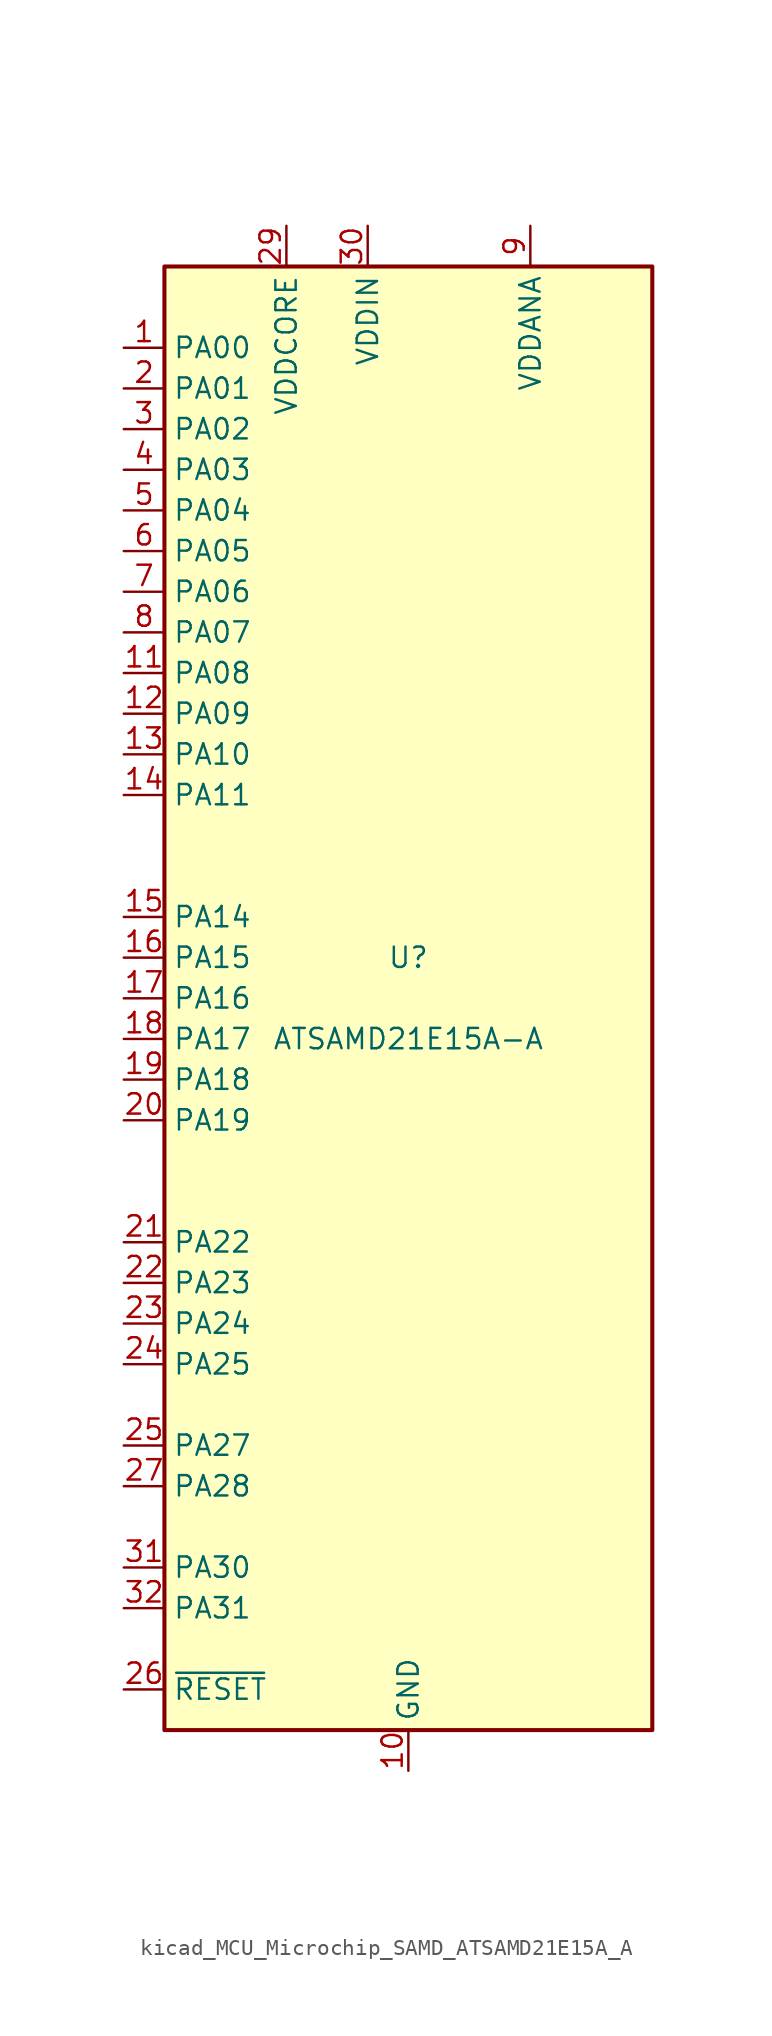
<source format=kicad_sym>
(kicad_symbol_lib
  (version 20220914)
  (generator kicad_symbol_editor)
  (symbol "kicad_MCU_Microchip_SAMD_ATSAMD21E15A_A"
    (property "Reference" "U"
      (at 0 2.54 0)
      (effects (font (size 1.27 1.27))))
    (property "Value" "ATSAMD21E15A-A"
      (at 0 -2.54 0)
      (effects (font (size 1.27 1.27))))
    (symbol "kicad_MCU_Microchip_SAMD_ATSAMD21E15A_A_1_1"
      (rectangle (start -15.24 45.72) (end 15.24 -45.72) (stroke (width 0.254) (type default)) (fill (type background)))
      (pin bidirectional line (at -17.78 40.64 0) (length 2.54) (name "PA00" (effects (font (size 1.27 1.27)))) (number "1" (effects (font (size 1.27 1.27)))))
      (pin power_in line (at 0 -48.26 90) (length 2.54) (name "GND" (effects (font (size 1.27 1.27)))) (number "10" (effects (font (size 1.27 1.27)))))
      (pin bidirectional line (at -17.78 20.32 0) (length 2.54) (name "PA08" (effects (font (size 1.27 1.27)))) (number "11" (effects (font (size 1.27 1.27)))))
      (pin bidirectional line (at -17.78 17.78 0) (length 2.54) (name "PA09" (effects (font (size 1.27 1.27)))) (number "12" (effects (font (size 1.27 1.27)))))
      (pin bidirectional line (at -17.78 15.24 0) (length 2.54) (name "PA10" (effects (font (size 1.27 1.27)))) (number "13" (effects (font (size 1.27 1.27)))))
      (pin bidirectional line (at -17.78 12.7 0) (length 2.54) (name "PA11" (effects (font (size 1.27 1.27)))) (number "14" (effects (font (size 1.27 1.27)))))
      (pin bidirectional line (at -17.78 5.08 0) (length 2.54) (name "PA14" (effects (font (size 1.27 1.27)))) (number "15" (effects (font (size 1.27 1.27)))))
      (pin bidirectional line (at -17.78 2.54 0) (length 2.54) (name "PA15" (effects (font (size 1.27 1.27)))) (number "16" (effects (font (size 1.27 1.27)))))
      (pin bidirectional line (at -17.78 0 0) (length 2.54) (name "PA16" (effects (font (size 1.27 1.27)))) (number "17" (effects (font (size 1.27 1.27)))))
      (pin bidirectional line (at -17.78 -2.54 0) (length 2.54) (name "PA17" (effects (font (size 1.27 1.27)))) (number "18" (effects (font (size 1.27 1.27)))))
      (pin bidirectional line (at -17.78 -5.08 0) (length 2.54) (name "PA18" (effects (font (size 1.27 1.27)))) (number "19" (effects (font (size 1.27 1.27)))))
      (pin bidirectional line (at -17.78 38.1 0) (length 2.54) (name "PA01" (effects (font (size 1.27 1.27)))) (number "2" (effects (font (size 1.27 1.27)))))
      (pin bidirectional line (at -17.78 -7.62 0) (length 2.54) (name "PA19" (effects (font (size 1.27 1.27)))) (number "20" (effects (font (size 1.27 1.27)))))
      (pin bidirectional line (at -17.78 -15.24 0) (length 2.54) (name "PA22" (effects (font (size 1.27 1.27)))) (number "21" (effects (font (size 1.27 1.27)))))
      (pin bidirectional line (at -17.78 -17.78 0) (length 2.54) (name "PA23" (effects (font (size 1.27 1.27)))) (number "22" (effects (font (size 1.27 1.27)))))
      (pin bidirectional line (at -17.78 -20.32 0) (length 2.54) (name "PA24" (effects (font (size 1.27 1.27)))) (number "23" (effects (font (size 1.27 1.27)))))
      (pin bidirectional line (at -17.78 -22.86 0) (length 2.54) (name "PA25" (effects (font (size 1.27 1.27)))) (number "24" (effects (font (size 1.27 1.27)))))
      (pin bidirectional line (at -17.78 -27.94 0) (length 2.54) (name "PA27" (effects (font (size 1.27 1.27)))) (number "25" (effects (font (size 1.27 1.27)))))
      (pin input line (at -17.78 -43.18 0) (length 2.54) (name "~{RESET}" (effects (font (size 1.27 1.27)))) (number "26" (effects (font (size 1.27 1.27)))))
      (pin bidirectional line (at -17.78 -30.48 0) (length 2.54) (name "PA28" (effects (font (size 1.27 1.27)))) (number "27" (effects (font (size 1.27 1.27)))))
      (pin passive line (at 0 -48.26 90) (length 2.54) hide (name "GND" (effects (font (size 1.27 1.27)))) (number "28" (effects (font (size 1.27 1.27)))))
      (pin power_out line (at -7.62 48.26 270) (length 2.54) (name "VDDCORE" (effects (font (size 1.27 1.27)))) (number "29" (effects (font (size 1.27 1.27)))))
      (pin bidirectional line (at -17.78 35.56 0) (length 2.54) (name "PA02" (effects (font (size 1.27 1.27)))) (number "3" (effects (font (size 1.27 1.27)))))
      (pin power_in line (at -2.54 48.26 270) (length 2.54) (name "VDDIN" (effects (font (size 1.27 1.27)))) (number "30" (effects (font (size 1.27 1.27)))))
      (pin bidirectional line (at -17.78 -35.56 0) (length 2.54) (name "PA30" (effects (font (size 1.27 1.27)))) (number "31" (effects (font (size 1.27 1.27)))))
      (pin bidirectional line (at -17.78 -38.1 0) (length 2.54) (name "PA31" (effects (font (size 1.27 1.27)))) (number "32" (effects (font (size 1.27 1.27)))))
      (pin bidirectional line (at -17.78 33.02 0) (length 2.54) (name "PA03" (effects (font (size 1.27 1.27)))) (number "4" (effects (font (size 1.27 1.27)))))
      (pin bidirectional line (at -17.78 30.48 0) (length 2.54) (name "PA04" (effects (font (size 1.27 1.27)))) (number "5" (effects (font (size 1.27 1.27)))))
      (pin bidirectional line (at -17.78 27.94 0) (length 2.54) (name "PA05" (effects (font (size 1.27 1.27)))) (number "6" (effects (font (size 1.27 1.27)))))
      (pin bidirectional line (at -17.78 25.4 0) (length 2.54) (name "PA06" (effects (font (size 1.27 1.27)))) (number "7" (effects (font (size 1.27 1.27)))))
      (pin bidirectional line (at -17.78 22.86 0) (length 2.54) (name "PA07" (effects (font (size 1.27 1.27)))) (number "8" (effects (font (size 1.27 1.27)))))
      (pin power_in line (at 7.62 48.26 270) (length 2.54) (name "VDDANA" (effects (font (size 1.27 1.27)))) (number "9" (effects (font (size 1.27 1.27))))))))
</source>
